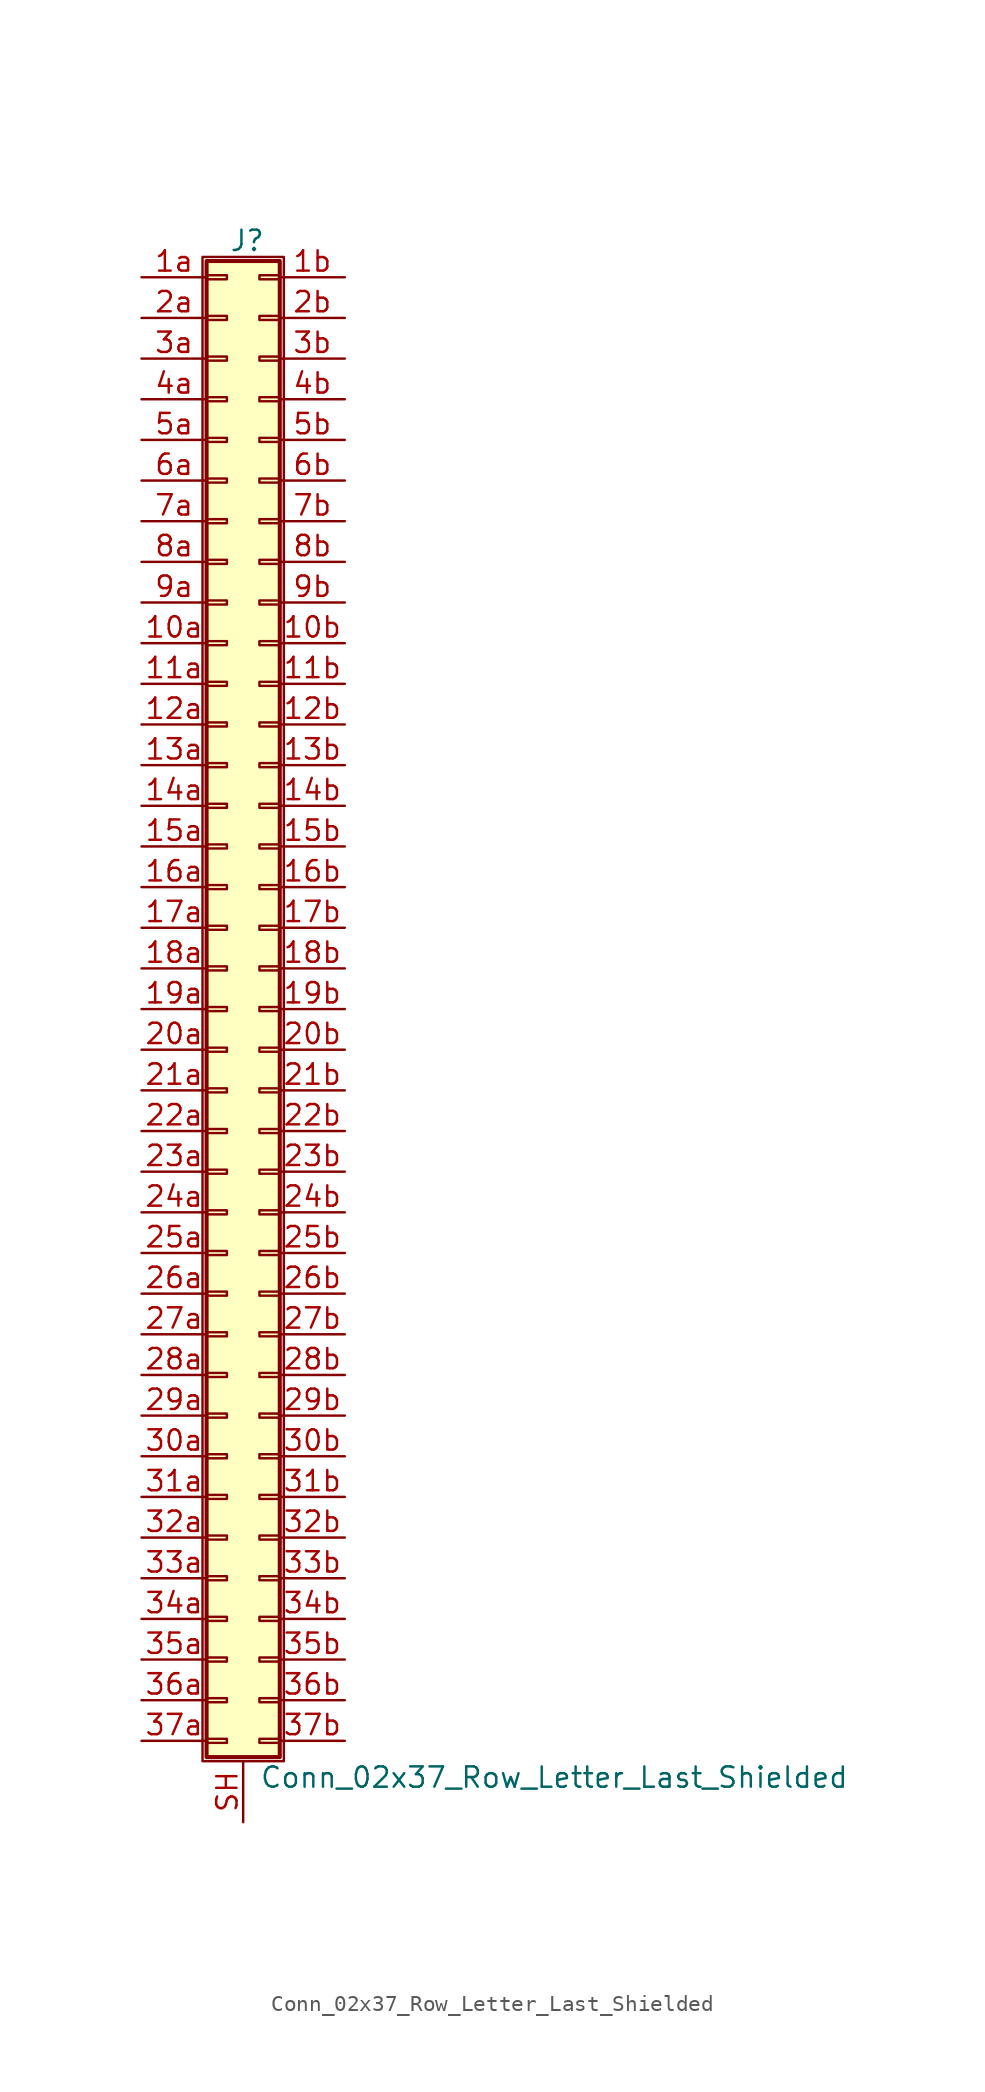
<source format=kicad_sym>
(kicad_symbol_lib
  (version 20201005)
  (generator kicad_symbol_editor)
  (symbol "Conn_02x37_Row_Letter_Last_Shielded"
    (pin_names
      (offset 1.016) hide)
    (property "Reference" "J"
      (at 1.524 48.006 0)
      (effects (font (size 1.27 1.27))))
    (property "Value" "Conn_02x37_Row_Letter_Last_Shielded"
      (at 2.286 -48.006 0)
      (effects (font (size 1.27 1.27)) (justify left)))
    (symbol "Conn_02x37_Row_Letter_Last_Shielded_1_1"
      (rectangle (start -1.27 46.99) (end 3.81 -46.99) (stroke (width 0.152)) (fill (type none)))
      (rectangle (start -1.016 -45.593) (end 0.254 -45.847) (stroke (width 0.152)) (fill (type none)))
      (rectangle (start -1.016 -43.053) (end 0.254 -43.307) (stroke (width 0.152)) (fill (type none)))
      (rectangle (start -1.016 -40.513) (end 0.254 -40.767) (stroke (width 0.152)) (fill (type none)))
      (rectangle (start -1.016 -37.973) (end 0.254 -38.227) (stroke (width 0.152)) (fill (type none)))
      (rectangle (start -1.016 -35.433) (end 0.254 -35.687) (stroke (width 0.152)) (fill (type none)))
      (rectangle (start -1.016 -32.893) (end 0.254 -33.147) (stroke (width 0.152)) (fill (type none)))
      (rectangle (start -1.016 -30.353) (end 0.254 -30.607) (stroke (width 0.152)) (fill (type none)))
      (rectangle (start -1.016 -27.813) (end 0.254 -28.067) (stroke (width 0.152)) (fill (type none)))
      (rectangle (start -1.016 -25.273) (end 0.254 -25.527) (stroke (width 0.152)) (fill (type none)))
      (rectangle (start -1.016 -22.733) (end 0.254 -22.987) (stroke (width 0.152)) (fill (type none)))
      (rectangle (start -1.016 -20.193) (end 0.254 -20.447) (stroke (width 0.152)) (fill (type none)))
      (rectangle (start -1.016 -17.653) (end 0.254 -17.907) (stroke (width 0.152)) (fill (type none)))
      (rectangle (start -1.016 -15.113) (end 0.254 -15.367) (stroke (width 0.152)) (fill (type none)))
      (rectangle (start -1.016 -12.573) (end 0.254 -12.827) (stroke (width 0.152)) (fill (type none)))
      (rectangle (start -1.016 -10.033) (end 0.254 -10.287) (stroke (width 0.152)) (fill (type none)))
      (rectangle (start -1.016 -7.493) (end 0.254 -7.747) (stroke (width 0.152)) (fill (type none)))
      (rectangle (start -1.016 -4.953) (end 0.254 -5.207) (stroke (width 0.152)) (fill (type none)))
      (rectangle (start -1.016 -2.413) (end 0.254 -2.667) (stroke (width 0.152)) (fill (type none)))
      (rectangle (start -1.016 0.127) (end 0.254 -0.127) (stroke (width 0.152)) (fill (type none)))
      (rectangle (start -1.016 2.667) (end 0.254 2.413) (stroke (width 0.152)) (fill (type none)))
      (rectangle (start -1.016 5.207) (end 0.254 4.953) (stroke (width 0.152)) (fill (type none)))
      (rectangle (start -1.016 7.747) (end 0.254 7.493) (stroke (width 0.152)) (fill (type none)))
      (rectangle (start -1.016 10.287) (end 0.254 10.033) (stroke (width 0.152)) (fill (type none)))
      (rectangle (start -1.016 12.827) (end 0.254 12.573) (stroke (width 0.152)) (fill (type none)))
      (rectangle (start -1.016 15.367) (end 0.254 15.113) (stroke (width 0.152)) (fill (type none)))
      (rectangle (start -1.016 17.907) (end 0.254 17.653) (stroke (width 0.152)) (fill (type none)))
      (rectangle (start -1.016 20.447) (end 0.254 20.193) (stroke (width 0.152)) (fill (type none)))
      (rectangle (start -1.016 22.987) (end 0.254 22.733) (stroke (width 0.152)) (fill (type none)))
      (rectangle (start -1.016 25.527) (end 0.254 25.273) (stroke (width 0.152)) (fill (type none)))
      (rectangle (start -1.016 28.067) (end 0.254 27.813) (stroke (width 0.152)) (fill (type none)))
      (rectangle (start -1.016 30.607) (end 0.254 30.353) (stroke (width 0.152)) (fill (type none)))
      (rectangle (start -1.016 33.147) (end 0.254 32.893) (stroke (width 0.152)) (fill (type none)))
      (rectangle (start -1.016 35.687) (end 0.254 35.433) (stroke (width 0.152)) (fill (type none)))
      (rectangle (start -1.016 38.227) (end 0.254 37.973) (stroke (width 0.152)) (fill (type none)))
      (rectangle (start -1.016 40.767) (end 0.254 40.513) (stroke (width 0.152)) (fill (type none)))
      (rectangle (start -1.016 43.307) (end 0.254 43.053) (stroke (width 0.152)) (fill (type none)))
      (rectangle (start -1.016 45.847) (end 0.254 45.593) (stroke (width 0.152)) (fill (type none)))
      (rectangle (start -1.016 46.736) (end 3.556 -46.736) (stroke (width 0.254)) (fill (type background)))
      (rectangle (start 3.556 -45.593) (end 2.286 -45.847) (stroke (width 0.152)) (fill (type none)))
      (rectangle (start 3.556 -43.053) (end 2.286 -43.307) (stroke (width 0.152)) (fill (type none)))
      (rectangle (start 3.556 -40.513) (end 2.286 -40.767) (stroke (width 0.152)) (fill (type none)))
      (rectangle (start 3.556 -37.973) (end 2.286 -38.227) (stroke (width 0.152)) (fill (type none)))
      (rectangle (start 3.556 -35.433) (end 2.286 -35.687) (stroke (width 0.152)) (fill (type none)))
      (rectangle (start 3.556 -32.893) (end 2.286 -33.147) (stroke (width 0.152)) (fill (type none)))
      (rectangle (start 3.556 -30.353) (end 2.286 -30.607) (stroke (width 0.152)) (fill (type none)))
      (rectangle (start 3.556 -27.813) (end 2.286 -28.067) (stroke (width 0.152)) (fill (type none)))
      (rectangle (start 3.556 -25.273) (end 2.286 -25.527) (stroke (width 0.152)) (fill (type none)))
      (rectangle (start 3.556 -22.733) (end 2.286 -22.987) (stroke (width 0.152)) (fill (type none)))
      (rectangle (start 3.556 -20.193) (end 2.286 -20.447) (stroke (width 0.152)) (fill (type none)))
      (rectangle (start 3.556 -17.653) (end 2.286 -17.907) (stroke (width 0.152)) (fill (type none)))
      (rectangle (start 3.556 -15.113) (end 2.286 -15.367) (stroke (width 0.152)) (fill (type none)))
      (rectangle (start 3.556 -12.573) (end 2.286 -12.827) (stroke (width 0.152)) (fill (type none)))
      (rectangle (start 3.556 -10.033) (end 2.286 -10.287) (stroke (width 0.152)) (fill (type none)))
      (rectangle (start 3.556 -7.493) (end 2.286 -7.747) (stroke (width 0.152)) (fill (type none)))
      (rectangle (start 3.556 -4.953) (end 2.286 -5.207) (stroke (width 0.152)) (fill (type none)))
      (rectangle (start 3.556 -2.413) (end 2.286 -2.667) (stroke (width 0.152)) (fill (type none)))
      (rectangle (start 3.556 0.127) (end 2.286 -0.127) (stroke (width 0.152)) (fill (type none)))
      (rectangle (start 3.556 2.667) (end 2.286 2.413) (stroke (width 0.152)) (fill (type none)))
      (rectangle (start 3.556 5.207) (end 2.286 4.953) (stroke (width 0.152)) (fill (type none)))
      (rectangle (start 3.556 7.747) (end 2.286 7.493) (stroke (width 0.152)) (fill (type none)))
      (rectangle (start 3.556 10.287) (end 2.286 10.033) (stroke (width 0.152)) (fill (type none)))
      (rectangle (start 3.556 12.827) (end 2.286 12.573) (stroke (width 0.152)) (fill (type none)))
      (rectangle (start 3.556 15.367) (end 2.286 15.113) (stroke (width 0.152)) (fill (type none)))
      (rectangle (start 3.556 17.907) (end 2.286 17.653) (stroke (width 0.152)) (fill (type none)))
      (rectangle (start 3.556 20.447) (end 2.286 20.193) (stroke (width 0.152)) (fill (type none)))
      (rectangle (start 3.556 22.987) (end 2.286 22.733) (stroke (width 0.152)) (fill (type none)))
      (rectangle (start 3.556 25.527) (end 2.286 25.273) (stroke (width 0.152)) (fill (type none)))
      (rectangle (start 3.556 28.067) (end 2.286 27.813) (stroke (width 0.152)) (fill (type none)))
      (rectangle (start 3.556 30.607) (end 2.286 30.353) (stroke (width 0.152)) (fill (type none)))
      (rectangle (start 3.556 33.147) (end 2.286 32.893) (stroke (width 0.152)) (fill (type none)))
      (rectangle (start 3.556 35.687) (end 2.286 35.433) (stroke (width 0.152)) (fill (type none)))
      (rectangle (start 3.556 38.227) (end 2.286 37.973) (stroke (width 0.152)) (fill (type none)))
      (rectangle (start 3.556 40.767) (end 2.286 40.513) (stroke (width 0.152)) (fill (type none)))
      (rectangle (start 3.556 43.307) (end 2.286 43.053) (stroke (width 0.152)) (fill (type none)))
      (rectangle (start 3.556 45.847) (end 2.286 45.593) (stroke (width 0.152)) (fill (type none)))
      (pin passive line (at -5.08 22.86 0) (length 4.064) (name "Pin_10a" (effects (font (size 1.27 1.27)))) (number "10a" (effects (font (size 1.27 1.27)))))
      (pin passive line (at 7.62 22.86 180) (length 4.064) (name "Pin_10b" (effects (font (size 1.27 1.27)))) (number "10b" (effects (font (size 1.27 1.27)))))
      (pin passive line (at -5.08 20.32 0) (length 4.064) (name "Pin_11a" (effects (font (size 1.27 1.27)))) (number "11a" (effects (font (size 1.27 1.27)))))
      (pin passive line (at 7.62 20.32 180) (length 4.064) (name "Pin_11b" (effects (font (size 1.27 1.27)))) (number "11b" (effects (font (size 1.27 1.27)))))
      (pin passive line (at -5.08 17.78 0) (length 4.064) (name "Pin_12a" (effects (font (size 1.27 1.27)))) (number "12a" (effects (font (size 1.27 1.27)))))
      (pin passive line (at 7.62 17.78 180) (length 4.064) (name "Pin_12b" (effects (font (size 1.27 1.27)))) (number "12b" (effects (font (size 1.27 1.27)))))
      (pin passive line (at -5.08 15.24 0) (length 4.064) (name "Pin_13a" (effects (font (size 1.27 1.27)))) (number "13a" (effects (font (size 1.27 1.27)))))
      (pin passive line (at 7.62 15.24 180) (length 4.064) (name "Pin_13b" (effects (font (size 1.27 1.27)))) (number "13b" (effects (font (size 1.27 1.27)))))
      (pin passive line (at -5.08 12.7 0) (length 4.064) (name "Pin_14a" (effects (font (size 1.27 1.27)))) (number "14a" (effects (font (size 1.27 1.27)))))
      (pin passive line (at 7.62 12.7 180) (length 4.064) (name "Pin_14b" (effects (font (size 1.27 1.27)))) (number "14b" (effects (font (size 1.27 1.27)))))
      (pin passive line (at -5.08 10.16 0) (length 4.064) (name "Pin_15a" (effects (font (size 1.27 1.27)))) (number "15a" (effects (font (size 1.27 1.27)))))
      (pin passive line (at 7.62 10.16 180) (length 4.064) (name "Pin_15b" (effects (font (size 1.27 1.27)))) (number "15b" (effects (font (size 1.27 1.27)))))
      (pin passive line (at -5.08 7.62 0) (length 4.064) (name "Pin_16a" (effects (font (size 1.27 1.27)))) (number "16a" (effects (font (size 1.27 1.27)))))
      (pin passive line (at 7.62 7.62 180) (length 4.064) (name "Pin_16b" (effects (font (size 1.27 1.27)))) (number "16b" (effects (font (size 1.27 1.27)))))
      (pin passive line (at -5.08 5.08 0) (length 4.064) (name "Pin_17a" (effects (font (size 1.27 1.27)))) (number "17a" (effects (font (size 1.27 1.27)))))
      (pin passive line (at 7.62 5.08 180) (length 4.064) (name "Pin_17b" (effects (font (size 1.27 1.27)))) (number "17b" (effects (font (size 1.27 1.27)))))
      (pin passive line (at -5.08 2.54 0) (length 4.064) (name "Pin_18a" (effects (font (size 1.27 1.27)))) (number "18a" (effects (font (size 1.27 1.27)))))
      (pin passive line (at 7.62 2.54 180) (length 4.064) (name "Pin_18b" (effects (font (size 1.27 1.27)))) (number "18b" (effects (font (size 1.27 1.27)))))
      (pin passive line (at -5.08 0 0) (length 4.064) (name "Pin_19a" (effects (font (size 1.27 1.27)))) (number "19a" (effects (font (size 1.27 1.27)))))
      (pin passive line (at 7.62 0 180) (length 4.064) (name "Pin_19b" (effects (font (size 1.27 1.27)))) (number "19b" (effects (font (size 1.27 1.27)))))
      (pin passive line (at -5.08 45.72 0) (length 4.064) (name "Pin_1a" (effects (font (size 1.27 1.27)))) (number "1a" (effects (font (size 1.27 1.27)))))
      (pin passive line (at 7.62 45.72 180) (length 4.064) (name "Pin_1b" (effects (font (size 1.27 1.27)))) (number "1b" (effects (font (size 1.27 1.27)))))
      (pin passive line (at -5.08 -2.54 0) (length 4.064) (name "Pin_20a" (effects (font (size 1.27 1.27)))) (number "20a" (effects (font (size 1.27 1.27)))))
      (pin passive line (at 7.62 -2.54 180) (length 4.064) (name "Pin_20b" (effects (font (size 1.27 1.27)))) (number "20b" (effects (font (size 1.27 1.27)))))
      (pin passive line (at -5.08 -5.08 0) (length 4.064) (name "Pin_21a" (effects (font (size 1.27 1.27)))) (number "21a" (effects (font (size 1.27 1.27)))))
      (pin passive line (at 7.62 -5.08 180) (length 4.064) (name "Pin_21b" (effects (font (size 1.27 1.27)))) (number "21b" (effects (font (size 1.27 1.27)))))
      (pin passive line (at -5.08 -7.62 0) (length 4.064) (name "Pin_22a" (effects (font (size 1.27 1.27)))) (number "22a" (effects (font (size 1.27 1.27)))))
      (pin passive line (at 7.62 -7.62 180) (length 4.064) (name "Pin_22b" (effects (font (size 1.27 1.27)))) (number "22b" (effects (font (size 1.27 1.27)))))
      (pin passive line (at -5.08 -10.16 0) (length 4.064) (name "Pin_23a" (effects (font (size 1.27 1.27)))) (number "23a" (effects (font (size 1.27 1.27)))))
      (pin passive line (at 7.62 -10.16 180) (length 4.064) (name "Pin_23b" (effects (font (size 1.27 1.27)))) (number "23b" (effects (font (size 1.27 1.27)))))
      (pin passive line (at -5.08 -12.7 0) (length 4.064) (name "Pin_24a" (effects (font (size 1.27 1.27)))) (number "24a" (effects (font (size 1.27 1.27)))))
      (pin passive line (at 7.62 -12.7 180) (length 4.064) (name "Pin_24b" (effects (font (size 1.27 1.27)))) (number "24b" (effects (font (size 1.27 1.27)))))
      (pin passive line (at -5.08 -15.24 0) (length 4.064) (name "Pin_25a" (effects (font (size 1.27 1.27)))) (number "25a" (effects (font (size 1.27 1.27)))))
      (pin passive line (at 7.62 -15.24 180) (length 4.064) (name "Pin_25b" (effects (font (size 1.27 1.27)))) (number "25b" (effects (font (size 1.27 1.27)))))
      (pin passive line (at -5.08 -17.78 0) (length 4.064) (name "Pin_26a" (effects (font (size 1.27 1.27)))) (number "26a" (effects (font (size 1.27 1.27)))))
      (pin passive line (at 7.62 -17.78 180) (length 4.064) (name "Pin_26b" (effects (font (size 1.27 1.27)))) (number "26b" (effects (font (size 1.27 1.27)))))
      (pin passive line (at -5.08 -20.32 0) (length 4.064) (name "Pin_27a" (effects (font (size 1.27 1.27)))) (number "27a" (effects (font (size 1.27 1.27)))))
      (pin passive line (at 7.62 -20.32 180) (length 4.064) (name "Pin_27b" (effects (font (size 1.27 1.27)))) (number "27b" (effects (font (size 1.27 1.27)))))
      (pin passive line (at -5.08 -22.86 0) (length 4.064) (name "Pin_28a" (effects (font (size 1.27 1.27)))) (number "28a" (effects (font (size 1.27 1.27)))))
      (pin passive line (at 7.62 -22.86 180) (length 4.064) (name "Pin_28b" (effects (font (size 1.27 1.27)))) (number "28b" (effects (font (size 1.27 1.27)))))
      (pin passive line (at -5.08 -25.4 0) (length 4.064) (name "Pin_29a" (effects (font (size 1.27 1.27)))) (number "29a" (effects (font (size 1.27 1.27)))))
      (pin passive line (at 7.62 -25.4 180) (length 4.064) (name "Pin_29b" (effects (font (size 1.27 1.27)))) (number "29b" (effects (font (size 1.27 1.27)))))
      (pin passive line (at -5.08 43.18 0) (length 4.064) (name "Pin_2a" (effects (font (size 1.27 1.27)))) (number "2a" (effects (font (size 1.27 1.27)))))
      (pin passive line (at 7.62 43.18 180) (length 4.064) (name "Pin_2b" (effects (font (size 1.27 1.27)))) (number "2b" (effects (font (size 1.27 1.27)))))
      (pin passive line (at -5.08 -27.94 0) (length 4.064) (name "Pin_30a" (effects (font (size 1.27 1.27)))) (number "30a" (effects (font (size 1.27 1.27)))))
      (pin passive line (at 7.62 -27.94 180) (length 4.064) (name "Pin_30b" (effects (font (size 1.27 1.27)))) (number "30b" (effects (font (size 1.27 1.27)))))
      (pin passive line (at -5.08 -30.48 0) (length 4.064) (name "Pin_31a" (effects (font (size 1.27 1.27)))) (number "31a" (effects (font (size 1.27 1.27)))))
      (pin passive line (at 7.62 -30.48 180) (length 4.064) (name "Pin_31b" (effects (font (size 1.27 1.27)))) (number "31b" (effects (font (size 1.27 1.27)))))
      (pin passive line (at -5.08 -33.02 0) (length 4.064) (name "Pin_32a" (effects (font (size 1.27 1.27)))) (number "32a" (effects (font (size 1.27 1.27)))))
      (pin passive line (at 7.62 -33.02 180) (length 4.064) (name "Pin_32b" (effects (font (size 1.27 1.27)))) (number "32b" (effects (font (size 1.27 1.27)))))
      (pin passive line (at -5.08 -35.56 0) (length 4.064) (name "Pin_33a" (effects (font (size 1.27 1.27)))) (number "33a" (effects (font (size 1.27 1.27)))))
      (pin passive line (at 7.62 -35.56 180) (length 4.064) (name "Pin_33b" (effects (font (size 1.27 1.27)))) (number "33b" (effects (font (size 1.27 1.27)))))
      (pin passive line (at -5.08 -38.1 0) (length 4.064) (name "Pin_34a" (effects (font (size 1.27 1.27)))) (number "34a" (effects (font (size 1.27 1.27)))))
      (pin passive line (at 7.62 -38.1 180) (length 4.064) (name "Pin_34b" (effects (font (size 1.27 1.27)))) (number "34b" (effects (font (size 1.27 1.27)))))
      (pin passive line (at -5.08 -40.64 0) (length 4.064) (name "Pin_35a" (effects (font (size 1.27 1.27)))) (number "35a" (effects (font (size 1.27 1.27)))))
      (pin passive line (at 7.62 -40.64 180) (length 4.064) (name "Pin_35b" (effects (font (size 1.27 1.27)))) (number "35b" (effects (font (size 1.27 1.27)))))
      (pin passive line (at -5.08 -43.18 0) (length 4.064) (name "Pin_36a" (effects (font (size 1.27 1.27)))) (number "36a" (effects (font (size 1.27 1.27)))))
      (pin passive line (at 7.62 -43.18 180) (length 4.064) (name "Pin_36b" (effects (font (size 1.27 1.27)))) (number "36b" (effects (font (size 1.27 1.27)))))
      (pin passive line (at -5.08 -45.72 0) (length 4.064) (name "Pin_37a" (effects (font (size 1.27 1.27)))) (number "37a" (effects (font (size 1.27 1.27)))))
      (pin passive line (at 7.62 -45.72 180) (length 4.064) (name "Pin_37b" (effects (font (size 1.27 1.27)))) (number "37b" (effects (font (size 1.27 1.27)))))
      (pin passive line (at -5.08 40.64 0) (length 4.064) (name "Pin_3a" (effects (font (size 1.27 1.27)))) (number "3a" (effects (font (size 1.27 1.27)))))
      (pin passive line (at 7.62 40.64 180) (length 4.064) (name "Pin_3b" (effects (font (size 1.27 1.27)))) (number "3b" (effects (font (size 1.27 1.27)))))
      (pin passive line (at -5.08 38.1 0) (length 4.064) (name "Pin_4a" (effects (font (size 1.27 1.27)))) (number "4a" (effects (font (size 1.27 1.27)))))
      (pin passive line (at 7.62 38.1 180) (length 4.064) (name "Pin_4b" (effects (font (size 1.27 1.27)))) (number "4b" (effects (font (size 1.27 1.27)))))
      (pin passive line (at -5.08 35.56 0) (length 4.064) (name "Pin_5a" (effects (font (size 1.27 1.27)))) (number "5a" (effects (font (size 1.27 1.27)))))
      (pin passive line (at 7.62 35.56 180) (length 4.064) (name "Pin_5b" (effects (font (size 1.27 1.27)))) (number "5b" (effects (font (size 1.27 1.27)))))
      (pin passive line (at -5.08 33.02 0) (length 4.064) (name "Pin_6a" (effects (font (size 1.27 1.27)))) (number "6a" (effects (font (size 1.27 1.27)))))
      (pin passive line (at 7.62 33.02 180) (length 4.064) (name "Pin_6b" (effects (font (size 1.27 1.27)))) (number "6b" (effects (font (size 1.27 1.27)))))
      (pin passive line (at -5.08 30.48 0) (length 4.064) (name "Pin_7a" (effects (font (size 1.27 1.27)))) (number "7a" (effects (font (size 1.27 1.27)))))
      (pin passive line (at 7.62 30.48 180) (length 4.064) (name "Pin_7b" (effects (font (size 1.27 1.27)))) (number "7b" (effects (font (size 1.27 1.27)))))
      (pin passive line (at -5.08 27.94 0) (length 4.064) (name "Pin_8a" (effects (font (size 1.27 1.27)))) (number "8a" (effects (font (size 1.27 1.27)))))
      (pin passive line (at 7.62 27.94 180) (length 4.064) (name "Pin_8b" (effects (font (size 1.27 1.27)))) (number "8b" (effects (font (size 1.27 1.27)))))
      (pin passive line (at -5.08 25.4 0) (length 4.064) (name "Pin_9a" (effects (font (size 1.27 1.27)))) (number "9a" (effects (font (size 1.27 1.27)))))
      (pin passive line (at 7.62 25.4 180) (length 4.064) (name "Pin_9b" (effects (font (size 1.27 1.27)))) (number "9b" (effects (font (size 1.27 1.27)))))
      (pin passive line (at 1.27 -50.8 90) (length 3.81) (name "Shield" (effects (font (size 1.27 1.27)))) (number "SH" (effects (font (size 1.27 1.27))))))))
</source>
